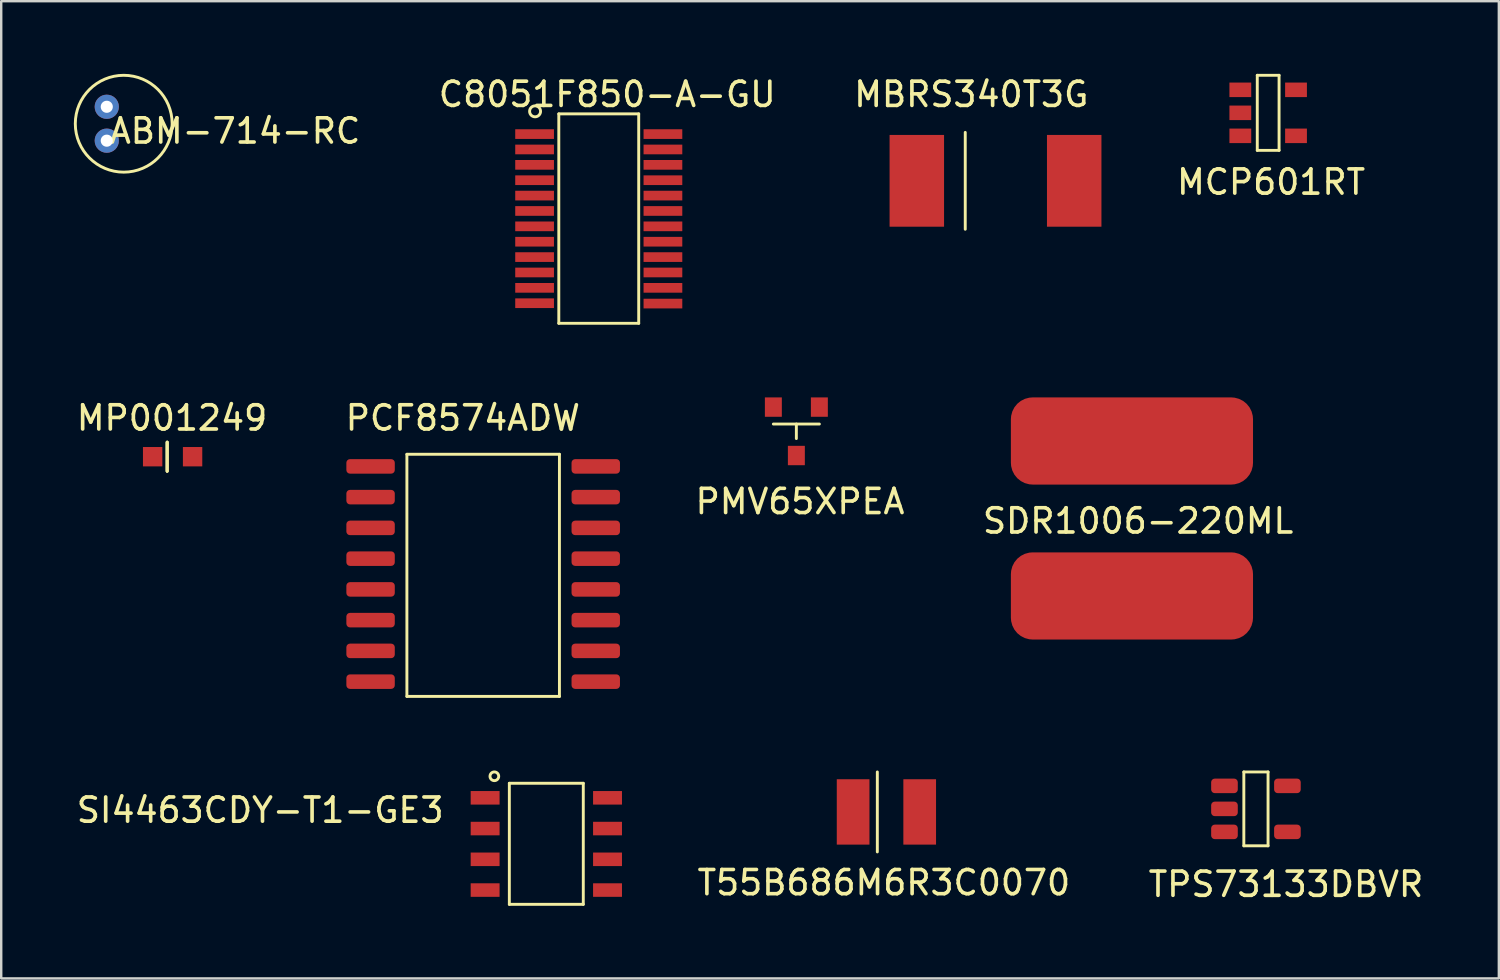
<source format=kicad_pcb>
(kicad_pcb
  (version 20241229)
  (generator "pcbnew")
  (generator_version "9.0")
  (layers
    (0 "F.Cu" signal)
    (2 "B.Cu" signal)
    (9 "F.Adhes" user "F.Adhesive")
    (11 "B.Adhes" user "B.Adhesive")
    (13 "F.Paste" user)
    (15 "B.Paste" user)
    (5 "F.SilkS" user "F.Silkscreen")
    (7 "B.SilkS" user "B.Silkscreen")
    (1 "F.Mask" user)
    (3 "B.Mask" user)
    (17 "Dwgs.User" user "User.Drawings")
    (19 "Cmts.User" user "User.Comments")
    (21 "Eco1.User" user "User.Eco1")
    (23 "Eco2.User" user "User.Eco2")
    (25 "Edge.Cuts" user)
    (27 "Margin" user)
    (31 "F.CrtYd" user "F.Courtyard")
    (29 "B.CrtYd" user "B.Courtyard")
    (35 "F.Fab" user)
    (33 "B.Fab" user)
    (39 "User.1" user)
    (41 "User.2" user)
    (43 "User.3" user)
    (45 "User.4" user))
  (footprint "TPS73133DBVR"
    (layer "F.Cu")
    (at 47.521 29.407)
    (property "Reference" "TPS73133DBVR" (at 2.54 4.064 0) (layer "F.SilkS") (effects (font (size 1 1) (thickness 0.15))))
    (attr through_hole)
    (fp_line (start 0.8 -0.575) (end 0.8 2.475) (stroke (width 0.12) (type solid)) (layer "F.SilkS"))
    (fp_line (start 0.8 -0.575) (end 1.8 -0.575) (stroke (width 0.12) (type solid)) (layer "F.SilkS"))
    (fp_line (start 0.8 2.475) (end 1.8 2.475) (stroke (width 0.12) (type solid)) (layer "F.SilkS"))
    (fp_line (start 1.8 -0.575) (end 1.8 2.475) (stroke (width 0.12) (type solid)) (layer "F.SilkS"))
    (pad "1" smd roundrect (at 0 0) (size 1.1 0.6) (layers "F.Cu" "F.Mask" "F.Paste") (roundrect_rratio 0.25))
    (pad "2" smd roundrect (at 0 0.95) (size 1.1 0.6) (layers "F.Cu" "F.Mask" "F.Paste") (roundrect_rratio 0.25))
    (pad "3" smd roundrect (at 0 1.9) (size 1.1 0.6) (layers "F.Cu" "F.Mask" "F.Paste") (roundrect_rratio 0.25))
    (pad "4" smd roundrect (at 2.6 1.9) (size 1.1 0.6) (layers "F.Cu" "F.Mask" "F.Paste") (roundrect_rratio 0.25))
    (pad "5" smd roundrect (at 2.6 0) (size 1.1 0.6) (layers "F.Cu" "F.Mask" "F.Paste") (roundrect_rratio 0.25)))
  (footprint "C8051F850-A-GU"
    (layer "F.Cu")
    (at 19.029 2.488)
    (property "Reference" "C8051F850-A-GU" (at 3 -1.64 0) (layer "F.SilkS") (effects (font (size 1 1) (thickness 0.15))))
    (attr through_hole)
    (fp_line (start 1 -0.835) (end 1 7.815) (stroke (width 0.12) (type solid)) (layer "F.SilkS"))
    (fp_line (start 1 -0.835) (end 4.3 -0.835) (stroke (width 0.12) (type solid)) (layer "F.SilkS"))
    (fp_line (start 1 7.815) (end 4.3 7.815) (stroke (width 0.12) (type solid)) (layer "F.SilkS"))
    (fp_line (start 4.3 -0.835) (end 4.3 7.815) (stroke (width 0.12) (type solid)) (layer "F.SilkS"))
    (fp_circle (center 0.02 -0.94) (end -0.14 -1.1) (stroke (width 0.12) (type solid)) (fill no) (layer "F.SilkS"))
    (pad "1" smd rect (at 0 0) (size 1.6 0.4) (layers "F.Cu" "F.Mask" "F.Paste"))
    (pad "2" smd rect (at 0 0.635) (size 1.6 0.4) (layers "F.Cu" "F.Mask" "F.Paste"))
    (pad "3" smd rect (at 0 1.27) (size 1.6 0.4) (layers "F.Cu" "F.Mask" "F.Paste"))
    (pad "4" smd rect (at 0 1.905) (size 1.6 0.4) (layers "F.Cu" "F.Mask" "F.Paste"))
    (pad "5" smd rect (at 0 2.54) (size 1.6 0.4) (layers "F.Cu" "F.Mask" "F.Paste"))
    (pad "6" smd rect (at 0 3.175) (size 1.6 0.4) (layers "F.Cu" "F.Mask" "F.Paste"))
    (pad "7" smd rect (at 0 3.81) (size 1.6 0.4) (layers "F.Cu" "F.Mask" "F.Paste"))
    (pad "8" smd rect (at 0 4.445) (size 1.6 0.4) (layers "F.Cu" "F.Mask" "F.Paste"))
    (pad "9" smd rect (at 0 5.08) (size 1.6 0.4) (layers "F.Cu" "F.Mask" "F.Paste"))
    (pad "10" smd rect (at 0 5.715) (size 1.6 0.4) (layers "F.Cu" "F.Mask" "F.Paste"))
    (pad "11" smd rect (at 0 6.35) (size 1.6 0.4) (layers "F.Cu" "F.Mask" "F.Paste"))
    (pad "12" smd rect (at 0 6.985) (size 1.6 0.4) (layers "F.Cu" "F.Mask" "F.Paste"))
    (pad "13" smd rect (at 5.3 7) (size 1.6 0.4) (layers "F.Cu" "F.Mask" "F.Paste"))
    (pad "14" smd rect (at 5.3 6.35) (size 1.6 0.4) (layers "F.Cu" "F.Mask" "F.Paste"))
    (pad "15" smd rect (at 5.3 5.715) (size 1.6 0.4) (layers "F.Cu" "F.Mask" "F.Paste"))
    (pad "16" smd rect (at 5.3 5.08) (size 1.6 0.4) (layers "F.Cu" "F.Mask" "F.Paste"))
    (pad "17" smd rect (at 5.3 4.445) (size 1.6 0.4) (layers "F.Cu" "F.Mask" "F.Paste"))
    (pad "18" smd rect (at 5.3 3.81) (size 1.6 0.4) (layers "F.Cu" "F.Mask" "F.Paste"))
    (pad "19" smd rect (at 5.3 3.175) (size 1.6 0.4) (layers "F.Cu" "F.Mask" "F.Paste"))
    (pad "20" smd rect (at 5.3 2.54) (size 1.6 0.4) (layers "F.Cu" "F.Mask" "F.Paste"))
    (pad "21" smd rect (at 5.3 1.905) (size 1.6 0.4) (layers "F.Cu" "F.Mask" "F.Paste"))
    (pad "22" smd rect (at 5.3 1.27) (size 1.6 0.4) (layers "F.Cu" "F.Mask" "F.Paste"))
    (pad "23" smd rect (at 5.3 0.635) (size 1.6 0.4) (layers "F.Cu" "F.Mask" "F.Paste"))
    (pad "24" smd rect (at 5.3 0) (size 1.6 0.4) (layers "F.Cu" "F.Mask" "F.Paste")))
  (footprint "MP001249"
    (layer "F.Cu")
    (at 3.254 15.812)
    (property "Reference" "MP001249" (at 0.8 -1.6 0) (layer "F.SilkS") (effects (font (size 1 1) (thickness 0.15))))
    (attr through_hole)
    (fp_line (start 0.6 -0.6) (end 0.6 0.6) (stroke (width 0.12) (type solid)) (layer "F.SilkS"))
    (fp_line (start 0.6 -0.6) (end 0.6 0.6) (stroke (width 0.12) (type solid)) (layer "F.SilkS"))
    (fp_line (start 0.6 0.6) (end 0.6 -0.6) (stroke (width 0.12) (type solid)) (layer "F.SilkS"))
    (pad "1" smd rect (at 0 0) (size 0.8 0.8) (layers "F.Cu" "F.Mask" "F.Paste"))
    (pad "2" smd rect (at 1.65 0) (size 0.8 0.8) (layers "F.Cu" "F.Mask" "F.Paste")))
  (footprint "MCP601RT"
    (layer "F.Cu")
    (at 48.176 0.66)
    (property "Reference" "MCP601RT" (at 1.27 3.81 0) (layer "F.SilkS") (effects (font (size 1 1) (thickness 0.15))))
    (attr through_hole)
    (fp_line (start 0.7 -0.6) (end 0.7 2.5) (stroke (width 0.12) (type solid)) (layer "F.SilkS"))
    (fp_line (start 0.7 -0.6) (end 1.6 -0.6) (stroke (width 0.12) (type solid)) (layer "F.SilkS"))
    (fp_line (start 1.6 -0.6) (end 1.6 2.5) (stroke (width 0.12) (type solid)) (layer "F.SilkS"))
    (fp_line (start 1.6 2.5) (end 0.7 2.5) (stroke (width 0.12) (type solid)) (layer "F.SilkS"))
    (pad "1" smd rect (at 0 0) (size 0.9 0.6) (layers "F.Cu" "F.Mask" "F.Paste"))
    (pad "2" smd rect (at 0 0.95) (size 0.9 0.6) (layers "F.Cu" "F.Mask" "F.Paste"))
    (pad "3" smd rect (at 0 1.9) (size 0.9 0.6) (layers "F.Cu" "F.Mask" "F.Paste"))
    (pad "4" smd rect (at 2.3 1.9) (size 0.9 0.6) (layers "F.Cu" "F.Mask" "F.Paste"))
    (pad "5" smd rect (at 2.3 0) (size 0.9 0.6) (layers "F.Cu" "F.Mask" "F.Paste")))
  (footprint "PCF8574ADW"
    (layer "F.Cu")
    (at 12.255 16.212)
    (property "Reference" "PCF8574ADW" (at 3.81 -2 0) (layer "F.SilkS") (effects (font (size 1 1) (thickness 0.15))))
    (attr through_hole)
    (fp_line (start 1.5 -0.5) (end 1.5 9.5) (stroke (width 0.12) (type solid)) (layer "F.SilkS"))
    (fp_line (start 1.5 -0.5) (end 7.8 -0.5) (stroke (width 0.12) (type solid)) (layer "F.SilkS"))
    (fp_line (start 1.5 9.5) (end 7.8 9.5) (stroke (width 0.12) (type solid)) (layer "F.SilkS"))
    (fp_line (start 7.8 -0.5) (end 7.8 9.5) (stroke (width 0.12) (type solid)) (layer "F.SilkS"))
    (pad "1" smd roundrect (at 0 0) (size 2 0.6) (layers "F.Cu" "F.Mask" "F.Paste") (roundrect_rratio 0.25))
    (pad "2" smd roundrect (at 0 1.27) (size 2 0.6) (layers "F.Cu" "F.Mask" "F.Paste") (roundrect_rratio 0.25))
    (pad "3" smd roundrect (at 0 2.54) (size 2 0.6) (layers "F.Cu" "F.Mask" "F.Paste") (roundrect_rratio 0.25))
    (pad "4" smd roundrect (at 0 3.81) (size 2 0.6) (layers "F.Cu" "F.Mask" "F.Paste") (roundrect_rratio 0.25))
    (pad "5" smd roundrect (at 0 5.08) (size 2 0.6) (layers "F.Cu" "F.Mask" "F.Paste") (roundrect_rratio 0.25))
    (pad "6" smd roundrect (at 0 6.35) (size 2 0.6) (layers "F.Cu" "F.Mask" "F.Paste") (roundrect_rratio 0.25))
    (pad "7" smd roundrect (at 0 7.62) (size 2 0.6) (layers "F.Cu" "F.Mask" "F.Paste") (roundrect_rratio 0.25))
    (pad "8" smd roundrect (at 0 8.89) (size 2 0.6) (layers "F.Cu" "F.Mask" "F.Paste") (roundrect_rratio 0.25))
    (pad "9" smd roundrect (at 9.3 8.89) (size 2 0.6) (layers "F.Cu" "F.Mask" "F.Paste") (roundrect_rratio 0.25))
    (pad "10" smd roundrect (at 9.3 7.62) (size 2 0.6) (layers "F.Cu" "F.Mask" "F.Paste") (roundrect_rratio 0.25))
    (pad "11" smd roundrect (at 9.3 6.35) (size 2 0.6) (layers "F.Cu" "F.Mask" "F.Paste") (roundrect_rratio 0.25))
    (pad "12" smd roundrect (at 9.3 5.08) (size 2 0.6) (layers "F.Cu" "F.Mask" "F.Paste") (roundrect_rratio 0.25))
    (pad "13" smd roundrect (at 9.3 3.81) (size 2 0.6) (layers "F.Cu" "F.Mask" "F.Paste") (roundrect_rratio 0.25))
    (pad "14" smd roundrect (at 9.3 2.54) (size 2 0.6) (layers "F.Cu" "F.Mask" "F.Paste") (roundrect_rratio 0.25))
    (pad "15" smd roundrect (at 9.3 1.27) (size 2 0.6) (layers "F.Cu" "F.Mask" "F.Paste") (roundrect_rratio 0.25))
    (pad "16" smd roundrect (at 9.3 0) (size 2 0.6) (layers "F.Cu" "F.Mask" "F.Paste") (roundrect_rratio 0.25)))
  (footprint "PMV65XPEA"
    (layer "F.Cu")
    (at 28.89 13.763)
    (property "Reference" "PMV65XPEA" (at 1.1 3.9 0) (layer "F.SilkS") (effects (font (size 1 1) (thickness 0.15))))
    (attr through_hole)
    (fp_line (start 0 0.7) (end 1.9 0.7) (stroke (width 0.12) (type solid)) (layer "F.SilkS"))
    (fp_line (start 0.95 1.3) (end 0.95 0.7) (stroke (width 0.12) (type solid)) (layer "F.SilkS"))
    (pad "1" smd rect (at 1.9 0) (size 0.7 0.8) (layers "F.Cu" "F.Mask" "F.Paste"))
    (pad "2" smd rect (at 0 0) (size 0.7 0.8) (layers "F.Cu" "F.Mask" "F.Paste"))
    (pad "3" smd rect (at 0.95 2) (size 0.7 0.8) (layers "F.Cu" "F.Mask" "F.Paste")))
  (footprint "SI4463CDY-T1-GE3"
    (layer "F.Cu")
    (at 16.986 29.9)
    (property "Reference" "SI4463CDY-T1-GE3" (at -9.29 0.51 0) (layer "F.SilkS") (effects (font (size 1 1) (thickness 0.15))))
    (attr through_hole)
    (fp_line (start 1 -0.6) (end 1 4.4) (stroke (width 0.12) (type solid)) (layer "F.SilkS"))
    (fp_line (start 1 -0.6) (end 4.054 -0.6) (stroke (width 0.12) (type solid)) (layer "F.SilkS"))
    (fp_line (start 1 4.4) (end 4.054 4.4) (stroke (width 0.12) (type solid)) (layer "F.SilkS"))
    (fp_line (start 4.054 -0.6) (end 4.054 4.4) (stroke (width 0.12) (type solid)) (layer "F.SilkS"))
    (fp_circle (center 0.381 -0.889) (end 0.254 -1.016) (stroke (width 0.12) (type solid)) (fill no) (layer "F.SilkS"))
    (pad "1" smd rect (at 0 0) (size 1.194 0.559) (layers "F.Cu" "F.Mask" "F.Paste"))
    (pad "2" smd rect (at 0 1.27) (size 1.194 0.559) (layers "F.Cu" "F.Mask" "F.Paste"))
    (pad "3" smd rect (at 0 2.54) (size 1.194 0.559) (layers "F.Cu" "F.Mask" "F.Paste"))
    (pad "4" smd rect (at 0 3.81) (size 1.194 0.559) (layers "F.Cu" "F.Mask" "F.Paste"))
    (pad "5" smd rect (at 5.055 0) (size 1.194 0.559) (layers "F.Cu" "F.Mask" "F.Paste"))
    (pad "6" smd rect (at 5.055 1.27) (size 1.194 0.559) (layers "F.Cu" "F.Mask" "F.Paste"))
    (pad "7" smd rect (at 5.055 2.54) (size 1.194 0.559) (layers "F.Cu" "F.Mask" "F.Paste"))
    (pad "8" smd rect (at 5.055 3.81) (size 1.194 0.559) (layers "F.Cu" "F.Mask" "F.Paste")))
  (footprint "SDR1006-220ML"
    (layer "F.Cu")
    (at 43.7 15.163)
    (property "Reference" "SDR1006-220ML" (at 0.254 3.302 0) (layer "F.SilkS") (effects (font (size 1 1) (thickness 0.15))))
    (attr through_hole)
    (pad "1" smd roundrect (at 0 0) (size 10 3.6) (layers "F.Cu" "F.Mask" "F.Paste") (roundrect_rratio 0.25))
    (pad "2" smd roundrect (at 0 6.4) (size 10 3.6) (layers "F.Cu" "F.Mask" "F.Paste") (roundrect_rratio 0.25)))
  (footprint "T55B686M6R3C0070"
    (layer "F.Cu")
    (at 32.184 30.483)
    (property "Reference" "T55B686M6R3C0070" (at 1.27 2.921 0) (layer "F.SilkS") (effects (font (size 1 1) (thickness 0.15))))
    (attr through_hole)
    (fp_line (start 1 -1.651) (end 1 1.651) (stroke (width 0.12) (type solid)) (layer "F.SilkS"))
    (pad "1" smd rect (at 0 0) (size 1.35 2.7) (layers "F.Cu" "F.Mask" "F.Paste"))
    (pad "2" smd rect (at 2.75 0) (size 1.35 2.7) (layers "F.Cu" "F.Mask" "F.Paste")))
  (footprint "ABM-714-RC"
    (layer "F.Cu")
    (at 2.06 2.06)
    (property "Reference" "ABM-714-RC" (at 4.6 0.3 0) (layer "F.SilkS") (effects (font (size 1 1) (thickness 0.15))))
    (attr through_hole)
    (fp_circle (center 0 0) (end 2 0) (stroke (width 0.12) (type solid)) (fill no) (layer "F.SilkS"))
    (pad "1" thru_hole circle (at -0.7 -0.7) (size 1 1) (drill 0.5) (layers "*.Cu" "*.Mask"))
    (pad "2" thru_hole circle (at -0.7 0.7) (size 1 1) (drill 0.5) (layers "*.Cu" "*.Mask")))
  (footprint "MBRS340T3G"
    (layer "F.Cu")
    (at 34.815 4.418)
    (property "Reference" "MBRS340T3G" (at 2.25 -3.57 0) (layer "F.SilkS") (effects (font (size 1 1) (thickness 0.15))))
    (attr through_hole)
    (fp_line (start 2 -2) (end 2 2) (stroke (width 0.12) (type solid)) (layer "F.SilkS"))
    (pad "1" smd rect (at 0 0) (size 2.25 3.79) (layers "F.Cu" "F.Mask" "F.Paste"))
    (pad "2" smd rect (at 6.5 0) (size 2.25 3.79) (layers "F.Cu" "F.Mask" "F.Paste")))
  (gr_rect
    (start -3 -3)
    (end 58.853 37.36)
    (stroke (width 0.1) (type default))
    (fill no)
    (layer "Edge.Cuts")))
</source>
